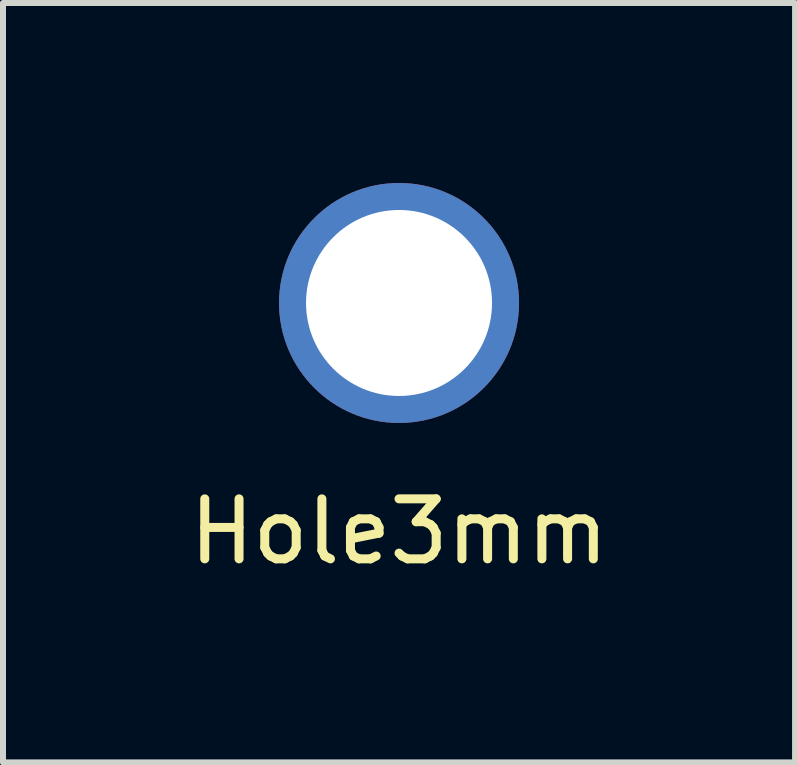
<source format=kicad_pcb>
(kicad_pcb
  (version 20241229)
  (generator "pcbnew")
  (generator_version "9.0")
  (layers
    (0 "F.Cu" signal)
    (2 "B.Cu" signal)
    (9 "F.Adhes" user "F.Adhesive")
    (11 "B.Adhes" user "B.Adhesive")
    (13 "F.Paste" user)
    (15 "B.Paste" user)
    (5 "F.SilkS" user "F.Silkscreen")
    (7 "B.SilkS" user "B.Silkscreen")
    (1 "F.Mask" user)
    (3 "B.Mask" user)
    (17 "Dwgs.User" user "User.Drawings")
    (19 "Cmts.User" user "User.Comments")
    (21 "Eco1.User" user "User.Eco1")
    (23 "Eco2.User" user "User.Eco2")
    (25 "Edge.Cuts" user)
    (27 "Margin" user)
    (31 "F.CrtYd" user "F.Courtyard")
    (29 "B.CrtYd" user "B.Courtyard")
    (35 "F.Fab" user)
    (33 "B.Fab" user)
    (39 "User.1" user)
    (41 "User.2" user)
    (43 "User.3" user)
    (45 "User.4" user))
  (footprint "Hole3mm"
    (layer "F.Cu")
    (at 3.601 2)
    (property "Reference" "Hole3mm" (at 0 3.81 0) (layer "F.SilkS") (effects (font (size 1 1) (thickness 0.15))))
    (attr through_hole)
    (pad "1" thru_hole circle (at 0 0) (size 4 4) (drill 3.1) (layers "*.Cu" "*.Mask")))
  (gr_rect
    (start -3 -3)
    (end 10.202 9.658)
    (stroke (width 0.1) (type default))
    (fill no)
    (layer "Edge.Cuts")))
</source>
